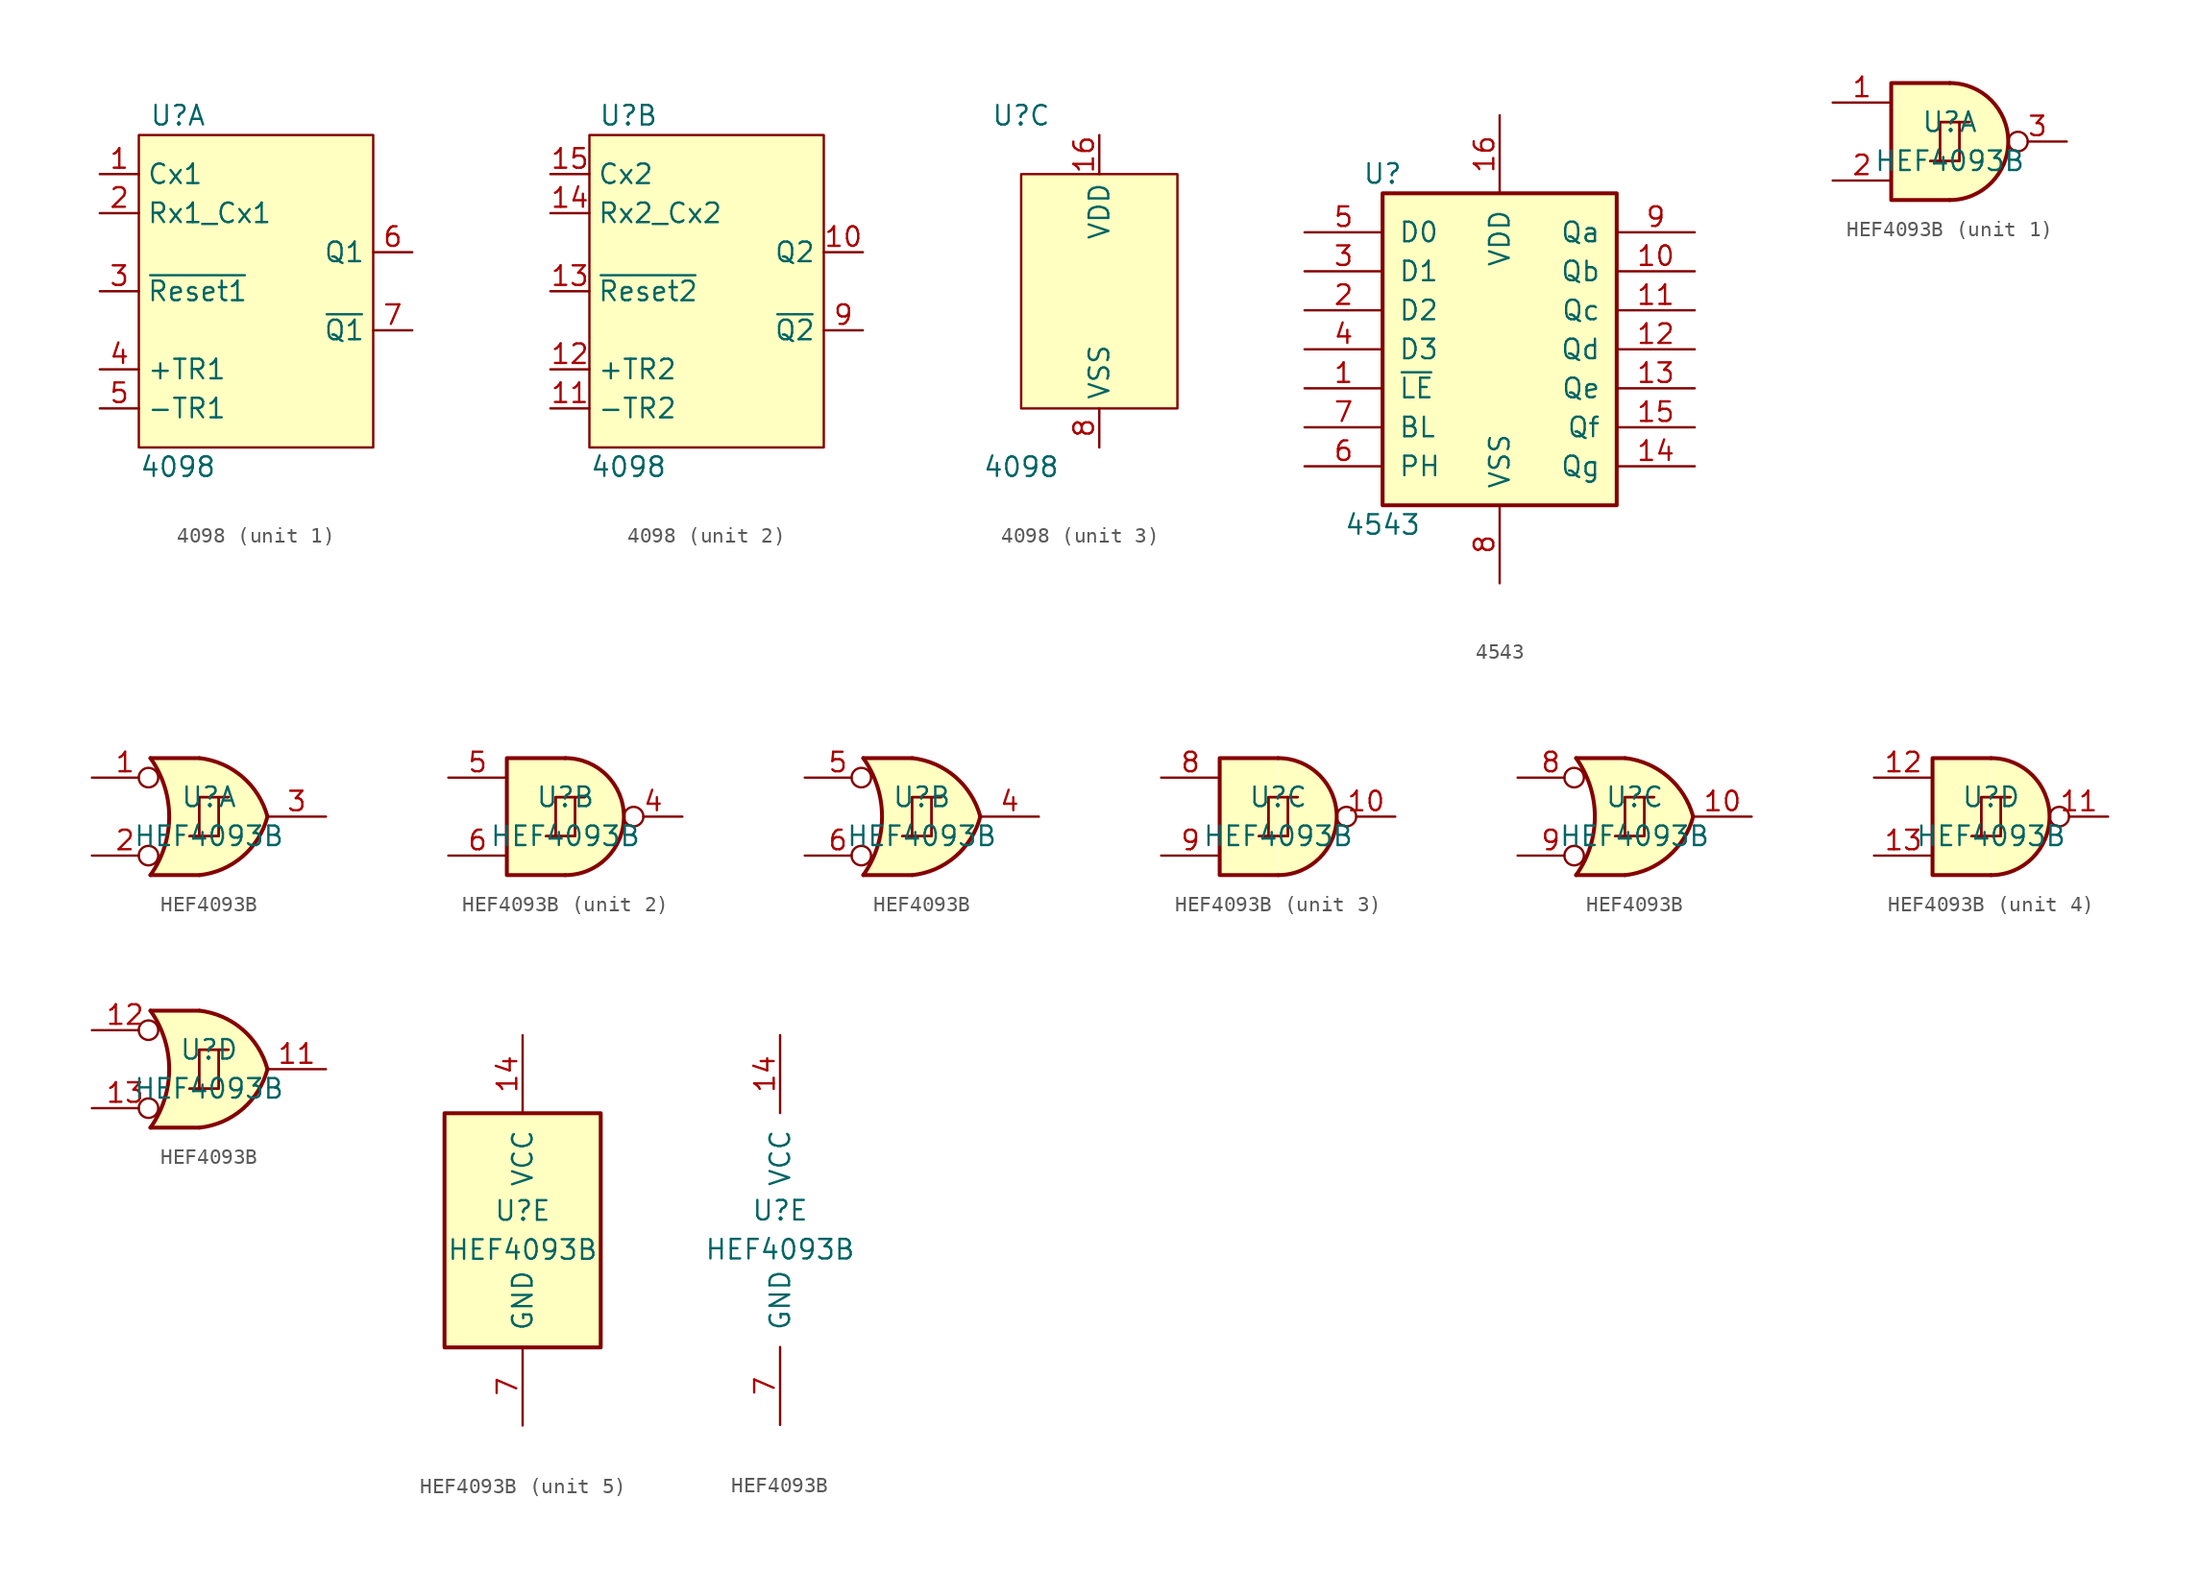
<source format=kicad_sym>
(kicad_symbol_lib
  (version 20201005)
  (generator kicad_symbol_editor)
  (symbol "4098"
    (property "Reference" "U"
      (at -5.08 11.43 0)
      (effects (font (size 1.27 1.27))))
    (property "Value" "4098"
      (at -5.08 -11.43 0)
      (effects (font (size 1.27 1.27))))
    (symbol "4098_1_1"
      (rectangle (start -7.62 10.16) (end 7.62 -10.16) (stroke (width 0)) (fill (type background)))
      (pin input line (at -10.16 7.62 0) (length 2.54) (name "Cx1" (effects (font (size 1.27 1.27)))) (number "1" (effects (font (size 1.27 1.27)))))
      (pin input line (at -10.16 5.08 0) (length 2.54) (name "Rx1_Cx1" (effects (font (size 1.27 1.27)))) (number "2" (effects (font (size 1.27 1.27)))))
      (pin input line (at -10.16 0 0) (length 2.54) (name "~Reset1" (effects (font (size 1.27 1.27)))) (number "3" (effects (font (size 1.27 1.27)))))
      (pin input line (at -10.16 -5.08 0) (length 2.54) (name "+TR1" (effects (font (size 1.27 1.27)))) (number "4" (effects (font (size 1.27 1.27)))))
      (pin input line (at -10.16 -7.62 0) (length 2.54) (name "-TR1" (effects (font (size 1.27 1.27)))) (number "5" (effects (font (size 1.27 1.27)))))
      (pin output line (at 10.16 2.54 180) (length 2.54) (name "Q1" (effects (font (size 1.27 1.27)))) (number "6" (effects (font (size 1.27 1.27)))))
      (pin output line (at 10.16 -2.54 180) (length 2.54) (name "~Q1" (effects (font (size 1.27 1.27)))) (number "7" (effects (font (size 1.27 1.27))))))
    (symbol "4098_2_1"
      (rectangle (start -7.62 10.16) (end 7.62 -10.16) (stroke (width 0)) (fill (type background)))
      (pin output line (at 10.16 2.54 180) (length 2.54) (name "Q2" (effects (font (size 1.27 1.27)))) (number "10" (effects (font (size 1.27 1.27)))))
      (pin input line (at -10.16 -7.62 0) (length 2.54) (name "-TR2" (effects (font (size 1.27 1.27)))) (number "11" (effects (font (size 1.27 1.27)))))
      (pin input line (at -10.16 -5.08 0) (length 2.54) (name "+TR2" (effects (font (size 1.27 1.27)))) (number "12" (effects (font (size 1.27 1.27)))))
      (pin input line (at -10.16 0 0) (length 2.54) (name "~Reset2" (effects (font (size 1.27 1.27)))) (number "13" (effects (font (size 1.27 1.27)))))
      (pin input line (at -10.16 5.08 0) (length 2.54) (name "Rx2_Cx2" (effects (font (size 1.27 1.27)))) (number "14" (effects (font (size 1.27 1.27)))))
      (pin input line (at -10.16 7.62 0) (length 2.54) (name "Cx2" (effects (font (size 1.27 1.27)))) (number "15" (effects (font (size 1.27 1.27)))))
      (pin output line (at 10.16 -2.54 180) (length 2.54) (name "~Q2" (effects (font (size 1.27 1.27)))) (number "9" (effects (font (size 1.27 1.27))))))
    (symbol "4098_3_1"
      (rectangle (start -5.08 7.62) (end 5.08 -7.62) (stroke (width 0)) (fill (type background)))
      (pin power_in line (at 0 10.16 270) (length 2.54) (name "VDD" (effects (font (size 1.27 1.27)))) (number "16" (effects (font (size 1.27 1.27)))))
      (pin power_in line (at 0 -10.16 90) (length 2.54) (name "VSS" (effects (font (size 1.27 1.27)))) (number "8" (effects (font (size 1.27 1.27)))))))
  (symbol "4543"
    (pin_names
      (offset 1.016))
    (property "Reference" "U"
      (at -7.62 11.43 0)
      (effects (font (size 1.27 1.27))))
    (property "Value" "4543"
      (at -7.62 -11.43 0)
      (effects (font (size 1.27 1.27))))
    (property "ki_locked" ""
      (at 0 0 0)
      (effects (font (size 1.27 1.27))))
    (symbol "4543_1_0"
      (pin input line (at -12.7 -2.54 0) (length 5.08) (name "~LE" (effects (font (size 1.27 1.27)))) (number "1" (effects (font (size 1.27 1.27)))))
      (pin output line (at 12.7 5.08 180) (length 5.08) (name "Qb" (effects (font (size 1.27 1.27)))) (number "10" (effects (font (size 1.27 1.27)))))
      (pin output line (at 12.7 2.54 180) (length 5.08) (name "Qc" (effects (font (size 1.27 1.27)))) (number "11" (effects (font (size 1.27 1.27)))))
      (pin output line (at 12.7 0 180) (length 5.08) (name "Qd" (effects (font (size 1.27 1.27)))) (number "12" (effects (font (size 1.27 1.27)))))
      (pin output line (at 12.7 -2.54 180) (length 5.08) (name "Qe" (effects (font (size 1.27 1.27)))) (number "13" (effects (font (size 1.27 1.27)))))
      (pin output line (at 12.7 -7.62 180) (length 5.08) (name "Qg" (effects (font (size 1.27 1.27)))) (number "14" (effects (font (size 1.27 1.27)))))
      (pin output line (at 12.7 -5.08 180) (length 5.08) (name "Qf" (effects (font (size 1.27 1.27)))) (number "15" (effects (font (size 1.27 1.27)))))
      (pin power_in line (at 0 15.24 270) (length 5.08) (name "VDD" (effects (font (size 1.27 1.27)))) (number "16" (effects (font (size 1.27 1.27)))))
      (pin input line (at -12.7 2.54 0) (length 5.08) (name "D2" (effects (font (size 1.27 1.27)))) (number "2" (effects (font (size 1.27 1.27)))))
      (pin input line (at -12.7 5.08 0) (length 5.08) (name "D1" (effects (font (size 1.27 1.27)))) (number "3" (effects (font (size 1.27 1.27)))))
      (pin input line (at -12.7 0 0) (length 5.08) (name "D3" (effects (font (size 1.27 1.27)))) (number "4" (effects (font (size 1.27 1.27)))))
      (pin input line (at -12.7 7.62 0) (length 5.08) (name "D0" (effects (font (size 1.27 1.27)))) (number "5" (effects (font (size 1.27 1.27)))))
      (pin input line (at -12.7 -7.62 0) (length 5.08) (name "PH" (effects (font (size 1.27 1.27)))) (number "6" (effects (font (size 1.27 1.27)))))
      (pin input line (at -12.7 -5.08 0) (length 5.08) (name "BL" (effects (font (size 1.27 1.27)))) (number "7" (effects (font (size 1.27 1.27)))))
      (pin power_in line (at 0 -15.24 90) (length 5.08) (name "VSS" (effects (font (size 1.27 1.27)))) (number "8" (effects (font (size 1.27 1.27)))))
      (pin output line (at 12.7 7.62 180) (length 5.08) (name "Qa" (effects (font (size 1.27 1.27)))) (number "9" (effects (font (size 1.27 1.27))))))
    (symbol "4543_1_1"
      (rectangle (start -7.62 10.16) (end 7.62 -10.16) (stroke (width 0.254)) (fill (type background)))))
  (symbol "HEF4093B"
    (pin_names
      (offset 1.016))
    (property "Reference" "U"
      (at 0 1.27 0)
      (effects (font (size 1.27 1.27))))
    (property "Value" "HEF4093B"
      (at 0 -1.27 0)
      (effects (font (size 1.27 1.27))))
    (property "ki_locked" ""
      (at 0 0 0)
      (effects (font (size 1.27 1.27))))
    (symbol "HEF4093B_1_0"
      (polyline (pts (xy -0.635 -1.27) (xy -0.635 1.27) (xy 0.635 1.27)) (stroke (width 0)) (fill (type none)))
      (polyline (pts (xy -0.635 -1.27) (xy -0.635 1.27) (xy 0.635 1.27)) (stroke (width 0)) (fill (type none)))
      (polyline (pts (xy -1.27 -1.27) (xy 0.635 -1.27) (xy 0.635 1.27) (xy 1.27 1.27)) (stroke (width 0)) (fill (type none)))
      (polyline (pts (xy -1.27 -1.27) (xy 0.635 -1.27) (xy 0.635 1.27) (xy 1.27 1.27)) (stroke (width 0)) (fill (type none))))
    (symbol "HEF4093B_1_1"
      (arc (start 0 -3.81) (end 0 3.81) (radius (at 0 0) (length 3.81) (angles -89.9 89.9)) (stroke (width 0.254)) (fill (type background)))
      (polyline (pts (xy 0 3.81) (xy -3.81 3.81) (xy -3.81 -3.81) (xy 0 -3.81)) (stroke (width 0.254)) (fill (type background)))
      (pin input line (at -7.62 2.54 0) (length 3.81) (name "~" (effects (font (size 1.27 1.27)))) (number "1" (effects (font (size 1.27 1.27)))))
      (pin input line (at -7.62 -2.54 0) (length 3.81) (name "~" (effects (font (size 1.27 1.27)))) (number "2" (effects (font (size 1.27 1.27)))))
      (pin output inverted (at 7.62 0 180) (length 3.81) (name "~" (effects (font (size 1.27 1.27)))) (number "3" (effects (font (size 1.27 1.27))))))
    (symbol "HEF4093B_1_2"
      (arc (start -3.81 3.81) (end -3.81 -3.81) (radius (at -9.144 0) (length 6.5532) (angles 35.4 -35.4)) (stroke (width 0.254)) (fill (type none)))
      (arc (start 3.81 0) (end -0.6096 3.81) (radius (at -1.1938 -1.3208) (length 5.1816) (angles 15 83.7)) (stroke (width 0.254)) (fill (type background)))
      (arc (start 3.81 0) (end -0.6096 -3.81) (radius (at -1.1938 1.3208) (length 5.1816) (angles -15 -83.7)) (stroke (width 0.254)) (fill (type background)))
      (polyline (pts (xy -3.81 -3.81) (xy -0.635 -3.81)) (stroke (width 0.254)) (fill (type background)))
      (polyline (pts (xy -3.81 3.81) (xy -0.635 3.81)) (stroke (width 0.254)) (fill (type background)))
      (polyline (pts (xy -0.635 3.81) (xy -3.81 3.81) (xy -3.81 3.81) (xy -3.556 3.404) (xy -3.023 2.261) (xy -2.692 1.041) (xy -2.616 -0.254) (xy -2.769 -1.499) (xy -3.175 -2.718) (xy -3.81 -3.81) (xy -3.81 -3.81) (xy -0.635 -3.81)) (stroke (width -25.4)) (fill (type background)))
      (pin input inverted (at -7.62 2.54 0) (length 4.318) (name "~" (effects (font (size 1.27 1.27)))) (number "1" (effects (font (size 1.27 1.27)))))
      (pin input inverted (at -7.62 -2.54 0) (length 4.318) (name "~" (effects (font (size 1.27 1.27)))) (number "2" (effects (font (size 1.27 1.27)))))
      (pin output line (at 7.62 0 180) (length 3.81) (name "~" (effects (font (size 1.27 1.27)))) (number "3" (effects (font (size 1.27 1.27))))))
    (symbol "HEF4093B_2_0"
      (polyline (pts (xy -0.635 -1.27) (xy -0.635 1.27) (xy 0.635 1.27)) (stroke (width 0)) (fill (type none)))
      (polyline (pts (xy -0.635 -1.27) (xy -0.635 1.27) (xy 0.635 1.27)) (stroke (width 0)) (fill (type none)))
      (polyline (pts (xy -1.27 -1.27) (xy 0.635 -1.27) (xy 0.635 1.27) (xy 1.27 1.27)) (stroke (width 0)) (fill (type none)))
      (polyline (pts (xy -1.27 -1.27) (xy 0.635 -1.27) (xy 0.635 1.27) (xy 1.27 1.27)) (stroke (width 0)) (fill (type none))))
    (symbol "HEF4093B_2_1"
      (arc (start 0 -3.81) (end 0 3.81) (radius (at 0 0) (length 3.81) (angles -89.9 89.9)) (stroke (width 0.254)) (fill (type background)))
      (polyline (pts (xy 0 3.81) (xy -3.81 3.81) (xy -3.81 -3.81) (xy 0 -3.81)) (stroke (width 0.254)) (fill (type background)))
      (pin output inverted (at 7.62 0 180) (length 3.81) (name "~" (effects (font (size 1.27 1.27)))) (number "4" (effects (font (size 1.27 1.27)))))
      (pin input line (at -7.62 2.54 0) (length 3.81) (name "~" (effects (font (size 1.27 1.27)))) (number "5" (effects (font (size 1.27 1.27)))))
      (pin input line (at -7.62 -2.54 0) (length 3.81) (name "~" (effects (font (size 1.27 1.27)))) (number "6" (effects (font (size 1.27 1.27))))))
    (symbol "HEF4093B_2_2"
      (arc (start -3.81 3.81) (end -3.81 -3.81) (radius (at -9.144 0) (length 6.5532) (angles 35.4 -35.4)) (stroke (width 0.254)) (fill (type none)))
      (arc (start 3.81 0) (end -0.6096 3.81) (radius (at -1.1938 -1.3208) (length 5.1816) (angles 15 83.7)) (stroke (width 0.254)) (fill (type background)))
      (arc (start 3.81 0) (end -0.6096 -3.81) (radius (at -1.1938 1.3208) (length 5.1816) (angles -15 -83.7)) (stroke (width 0.254)) (fill (type background)))
      (polyline (pts (xy -3.81 -3.81) (xy -0.635 -3.81)) (stroke (width 0.254)) (fill (type background)))
      (polyline (pts (xy -3.81 3.81) (xy -0.635 3.81)) (stroke (width 0.254)) (fill (type background)))
      (polyline (pts (xy -0.635 3.81) (xy -3.81 3.81) (xy -3.81 3.81) (xy -3.556 3.404) (xy -3.023 2.261) (xy -2.692 1.041) (xy -2.616 -0.254) (xy -2.769 -1.499) (xy -3.175 -2.718) (xy -3.81 -3.81) (xy -3.81 -3.81) (xy -0.635 -3.81)) (stroke (width -25.4)) (fill (type background)))
      (pin output line (at 7.62 0 180) (length 3.81) (name "~" (effects (font (size 1.27 1.27)))) (number "4" (effects (font (size 1.27 1.27)))))
      (pin input inverted (at -7.62 2.54 0) (length 4.318) (name "~" (effects (font (size 1.27 1.27)))) (number "5" (effects (font (size 1.27 1.27)))))
      (pin input inverted (at -7.62 -2.54 0) (length 4.318) (name "~" (effects (font (size 1.27 1.27)))) (number "6" (effects (font (size 1.27 1.27))))))
    (symbol "HEF4093B_3_0"
      (polyline (pts (xy -0.635 -1.27) (xy -0.635 1.27) (xy 0.635 1.27)) (stroke (width 0)) (fill (type none)))
      (polyline (pts (xy -0.635 -1.27) (xy -0.635 1.27) (xy 0.635 1.27)) (stroke (width 0)) (fill (type none)))
      (polyline (pts (xy -1.27 -1.27) (xy 0.635 -1.27) (xy 0.635 1.27) (xy 1.27 1.27)) (stroke (width 0)) (fill (type none)))
      (polyline (pts (xy -1.27 -1.27) (xy 0.635 -1.27) (xy 0.635 1.27) (xy 1.27 1.27)) (stroke (width 0)) (fill (type none))))
    (symbol "HEF4093B_3_1"
      (arc (start 0 -3.81) (end 0 3.81) (radius (at 0 0) (length 3.81) (angles -89.9 89.9)) (stroke (width 0.254)) (fill (type background)))
      (polyline (pts (xy 0 3.81) (xy -3.81 3.81) (xy -3.81 -3.81) (xy 0 -3.81)) (stroke (width 0.254)) (fill (type background)))
      (pin output inverted (at 7.62 0 180) (length 3.81) (name "~" (effects (font (size 1.27 1.27)))) (number "10" (effects (font (size 1.27 1.27)))))
      (pin input line (at -7.62 2.54 0) (length 3.81) (name "~" (effects (font (size 1.27 1.27)))) (number "8" (effects (font (size 1.27 1.27)))))
      (pin input line (at -7.62 -2.54 0) (length 3.81) (name "~" (effects (font (size 1.27 1.27)))) (number "9" (effects (font (size 1.27 1.27))))))
    (symbol "HEF4093B_3_2"
      (arc (start -3.81 3.81) (end -3.81 -3.81) (radius (at -9.144 0) (length 6.5532) (angles 35.4 -35.4)) (stroke (width 0.254)) (fill (type none)))
      (arc (start 3.81 0) (end -0.6096 3.81) (radius (at -1.1938 -1.3208) (length 5.1816) (angles 15 83.7)) (stroke (width 0.254)) (fill (type background)))
      (arc (start 3.81 0) (end -0.6096 -3.81) (radius (at -1.1938 1.3208) (length 5.1816) (angles -15 -83.7)) (stroke (width 0.254)) (fill (type background)))
      (polyline (pts (xy -3.81 -3.81) (xy -0.635 -3.81)) (stroke (width 0.254)) (fill (type background)))
      (polyline (pts (xy -3.81 3.81) (xy -0.635 3.81)) (stroke (width 0.254)) (fill (type background)))
      (polyline (pts (xy -0.635 3.81) (xy -3.81 3.81) (xy -3.81 3.81) (xy -3.556 3.404) (xy -3.023 2.261) (xy -2.692 1.041) (xy -2.616 -0.254) (xy -2.769 -1.499) (xy -3.175 -2.718) (xy -3.81 -3.81) (xy -3.81 -3.81) (xy -0.635 -3.81)) (stroke (width -25.4)) (fill (type background)))
      (pin output line (at 7.62 0 180) (length 3.81) (name "~" (effects (font (size 1.27 1.27)))) (number "10" (effects (font (size 1.27 1.27)))))
      (pin input inverted (at -7.62 2.54 0) (length 4.318) (name "~" (effects (font (size 1.27 1.27)))) (number "8" (effects (font (size 1.27 1.27)))))
      (pin input inverted (at -7.62 -2.54 0) (length 4.318) (name "~" (effects (font (size 1.27 1.27)))) (number "9" (effects (font (size 1.27 1.27))))))
    (symbol "HEF4093B_4_0"
      (polyline (pts (xy -0.635 -1.27) (xy -0.635 1.27) (xy 0.635 1.27)) (stroke (width 0)) (fill (type none)))
      (polyline (pts (xy -0.635 -1.27) (xy -0.635 1.27) (xy 0.635 1.27)) (stroke (width 0)) (fill (type none)))
      (polyline (pts (xy -1.27 -1.27) (xy 0.635 -1.27) (xy 0.635 1.27) (xy 1.27 1.27)) (stroke (width 0)) (fill (type none)))
      (polyline (pts (xy -1.27 -1.27) (xy 0.635 -1.27) (xy 0.635 1.27) (xy 1.27 1.27)) (stroke (width 0)) (fill (type none))))
    (symbol "HEF4093B_4_1"
      (arc (start 0 -3.81) (end 0 3.81) (radius (at 0 0) (length 3.81) (angles -89.9 89.9)) (stroke (width 0.254)) (fill (type background)))
      (polyline (pts (xy 0 3.81) (xy -3.81 3.81) (xy -3.81 -3.81) (xy 0 -3.81)) (stroke (width 0.254)) (fill (type background)))
      (pin output inverted (at 7.62 0 180) (length 3.81) (name "~" (effects (font (size 1.27 1.27)))) (number "11" (effects (font (size 1.27 1.27)))))
      (pin input line (at -7.62 2.54 0) (length 3.81) (name "~" (effects (font (size 1.27 1.27)))) (number "12" (effects (font (size 1.27 1.27)))))
      (pin input line (at -7.62 -2.54 0) (length 3.81) (name "~" (effects (font (size 1.27 1.27)))) (number "13" (effects (font (size 1.27 1.27))))))
    (symbol "HEF4093B_4_2"
      (arc (start -3.81 3.81) (end -3.81 -3.81) (radius (at -9.144 0) (length 6.5532) (angles 35.4 -35.4)) (stroke (width 0.254)) (fill (type none)))
      (arc (start 3.81 0) (end -0.6096 3.81) (radius (at -1.1938 -1.3208) (length 5.1816) (angles 15 83.7)) (stroke (width 0.254)) (fill (type background)))
      (arc (start 3.81 0) (end -0.6096 -3.81) (radius (at -1.1938 1.3208) (length 5.1816) (angles -15 -83.7)) (stroke (width 0.254)) (fill (type background)))
      (polyline (pts (xy -3.81 -3.81) (xy -0.635 -3.81)) (stroke (width 0.254)) (fill (type background)))
      (polyline (pts (xy -3.81 3.81) (xy -0.635 3.81)) (stroke (width 0.254)) (fill (type background)))
      (polyline (pts (xy -0.635 3.81) (xy -3.81 3.81) (xy -3.81 3.81) (xy -3.556 3.404) (xy -3.023 2.261) (xy -2.692 1.041) (xy -2.616 -0.254) (xy -2.769 -1.499) (xy -3.175 -2.718) (xy -3.81 -3.81) (xy -3.81 -3.81) (xy -0.635 -3.81)) (stroke (width -25.4)) (fill (type background)))
      (pin output line (at 7.62 0 180) (length 3.81) (name "~" (effects (font (size 1.27 1.27)))) (number "11" (effects (font (size 1.27 1.27)))))
      (pin input inverted (at -7.62 2.54 0) (length 4.318) (name "~" (effects (font (size 1.27 1.27)))) (number "12" (effects (font (size 1.27 1.27)))))
      (pin input inverted (at -7.62 -2.54 0) (length 4.318) (name "~" (effects (font (size 1.27 1.27)))) (number "13" (effects (font (size 1.27 1.27))))))
    (symbol "HEF4093B_5_0"
      (pin power_in line (at 0 12.7 270) (length 5.08) (name "VCC" (effects (font (size 1.27 1.27)))) (number "14" (effects (font (size 1.27 1.27)))))
      (pin power_in line (at 0 -12.7 90) (length 5.08) (name "GND" (effects (font (size 1.27 1.27)))) (number "7" (effects (font (size 1.27 1.27))))))
    (symbol "HEF4093B_5_1"
      (rectangle (start -5.08 7.62) (end 5.08 -7.62) (stroke (width 0.254)) (fill (type background))))))
</source>
